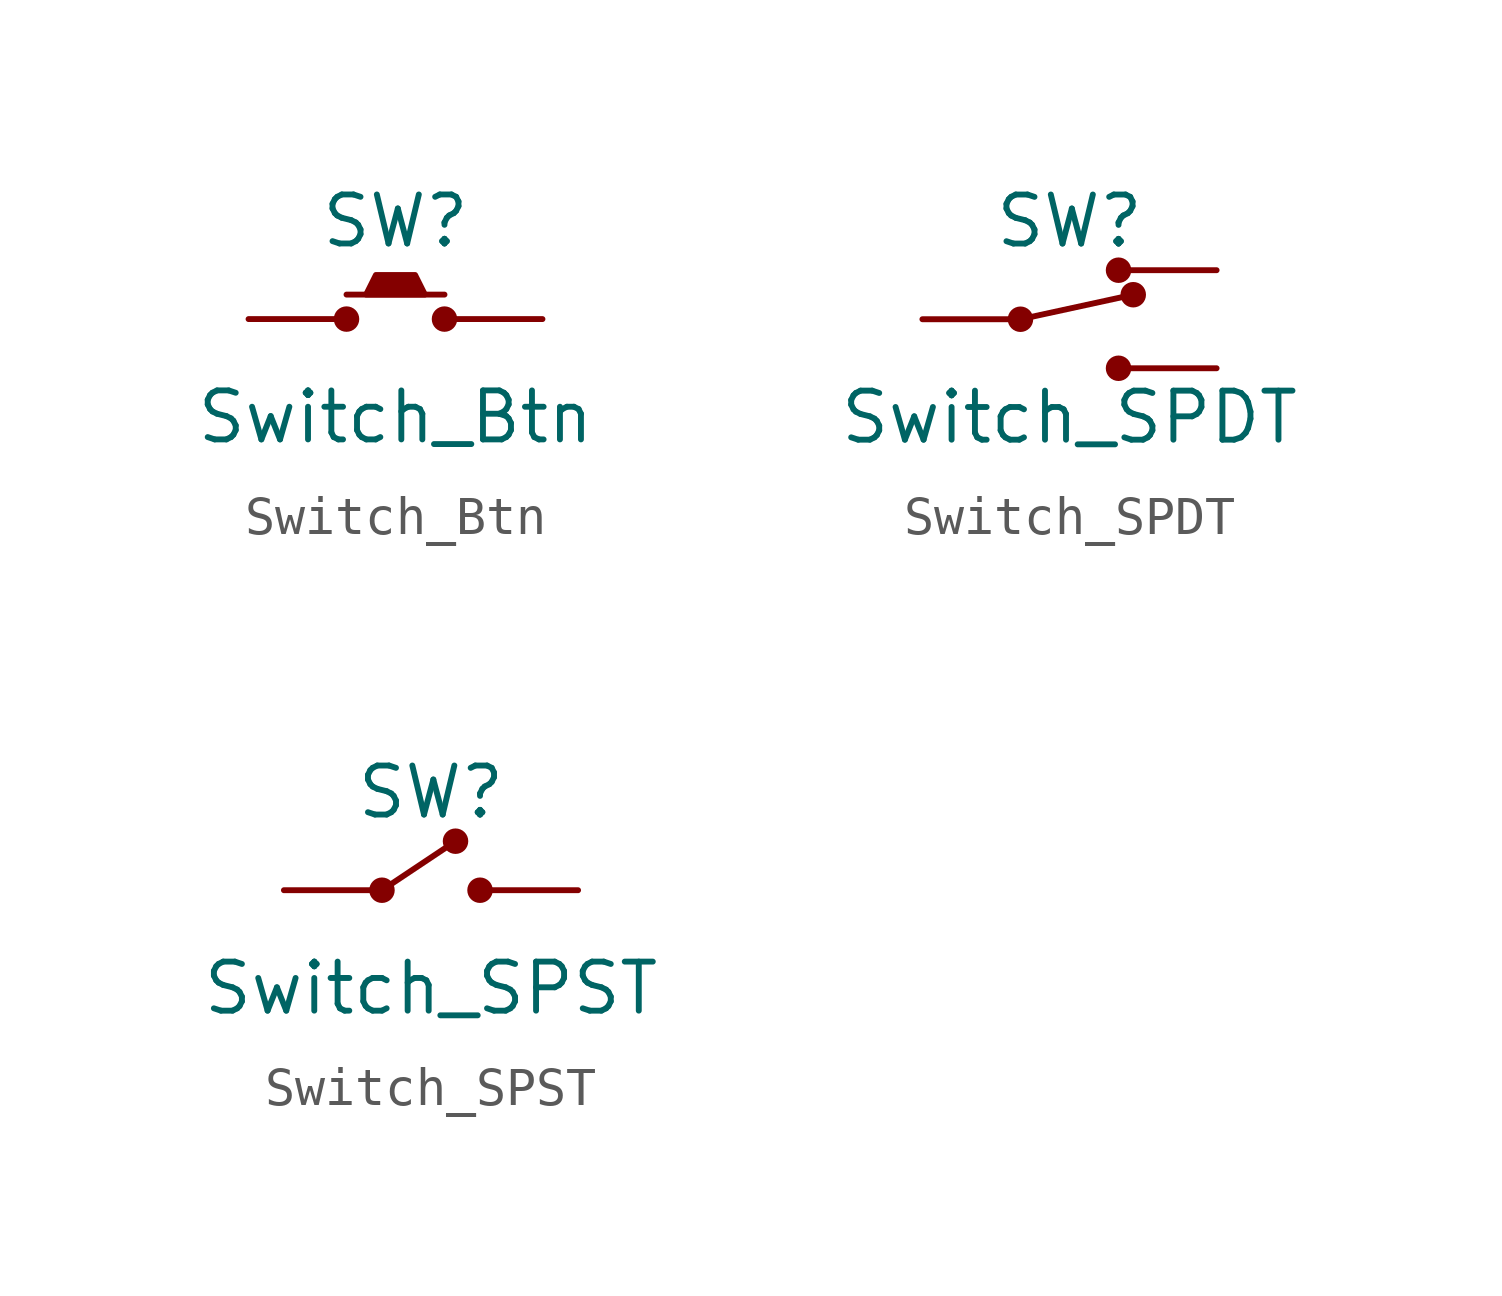
<source format=kicad_sym>
(kicad_symbol_lib
  (version 20220914)
  (generator kicad_symbol_editor)
  (symbol "Switch_Btn"
    (pin_numbers hide)
    (pin_names hide)
    (property "Reference" "SW"
      (at 0 2.54 0)
      (effects (font (size 1.27 1.27))))
    (property "Value" "Switch_Btn"
      (at 0 -2.54 0)
      (effects (font (size 1.27 1.27))))
    (symbol "Switch_Btn_1_1"
      (circle (center -1.27 0) (radius 0.254) (stroke (width 0) (type default)) (fill (type outline)))
      (polyline (pts (xy -1.27 0.635) (xy 1.27 0.635)) (stroke (width 0) (type default)) (fill (type none)))
      (polyline (pts (xy -0.762 0.635) (xy -0.508 1.143) (xy 0.508 1.143) (xy 0.762 0.635) (xy -0.762 0.635)) (stroke (width 0) (type default)) (fill (type outline)))
      (circle (center 1.27 0) (radius 0.254) (stroke (width 0) (type default)) (fill (type outline)))
      (pin passive line (at -3.81 0 0) (length 2.54) (name "" (effects (font (size 1.27 1.27)))) (number "1" (effects (font (size 1.27 1.27)))))
      (pin passive line (at 3.81 0 180) (length 2.54) (name "" (effects (font (size 1.27 1.27)))) (number "2" (effects (font (size 1.27 1.27)))))))
  (symbol "Switch_SPDT"
    (pin_numbers hide)
    (pin_names hide)
    (property "Reference" "SW"
      (at 0 2.54 0)
      (effects (font (size 1.27 1.27))))
    (property "Value" "Switch_SPDT"
      (at 0 -2.54 0)
      (effects (font (size 1.27 1.27))))
    (symbol "Switch_SPDT_0_1"
      (polyline (pts (xy -1.27 0) (xy 1.651 0.635)) (stroke (width 0) (type default)) (fill (type none))))
    (symbol "Switch_SPDT_1_1"
      (circle (center -1.27 0) (radius 0.254) (stroke (width 0) (type default)) (fill (type outline)))
      (circle (center 1.27 -1.27) (radius 0.254) (stroke (width 0) (type default)) (fill (type outline)))
      (circle (center 1.27 1.27) (radius 0.254) (stroke (width 0) (type default)) (fill (type outline)))
      (circle (center 1.651 0.635) (radius 0.254) (stroke (width 0) (type default)) (fill (type outline)))
      (pin passive line (at 3.81 1.27 180) (length 2.54) (name "" (effects (font (size 1.27 1.27)))) (number "1" (effects (font (size 1.27 1.27)))))
      (pin passive line (at -3.81 0 0) (length 2.54) (name "" (effects (font (size 1.27 1.27)))) (number "2" (effects (font (size 1.27 1.27)))))
      (pin passive line (at 3.81 -1.27 180) (length 2.54) (name "" (effects (font (size 1.27 1.27)))) (number "3" (effects (font (size 1.27 1.27)))))))
  (symbol "Switch_SPST"
    (pin_numbers hide)
    (pin_names hide)
    (property "Reference" "SW"
      (at 0 2.54 0)
      (effects (font (size 1.27 1.27))))
    (property "Value" "Switch_SPST"
      (at 0 -2.54 0)
      (effects (font (size 1.27 1.27))))
    (symbol "Switch_SPST_0_1"
      (polyline (pts (xy -1.27 0) (xy 0.635 1.27)) (stroke (width 0) (type default)) (fill (type none))))
    (symbol "Switch_SPST_1_1"
      (circle (center -1.27 0) (radius 0.254) (stroke (width 0) (type default)) (fill (type outline)))
      (circle (center 0.635 1.27) (radius 0.254) (stroke (width 0) (type default)) (fill (type outline)))
      (circle (center 1.27 0) (radius 0.254) (stroke (width 0) (type default)) (fill (type outline)))
      (pin passive line (at -3.81 0 0) (length 2.54) (name "" (effects (font (size 1.27 1.27)))) (number "1" (effects (font (size 1.27 1.27)))))
      (pin passive line (at 3.81 0 180) (length 2.54) (name "" (effects (font (size 1.27 1.27)))) (number "2" (effects (font (size 1.27 1.27))))))))
</source>
